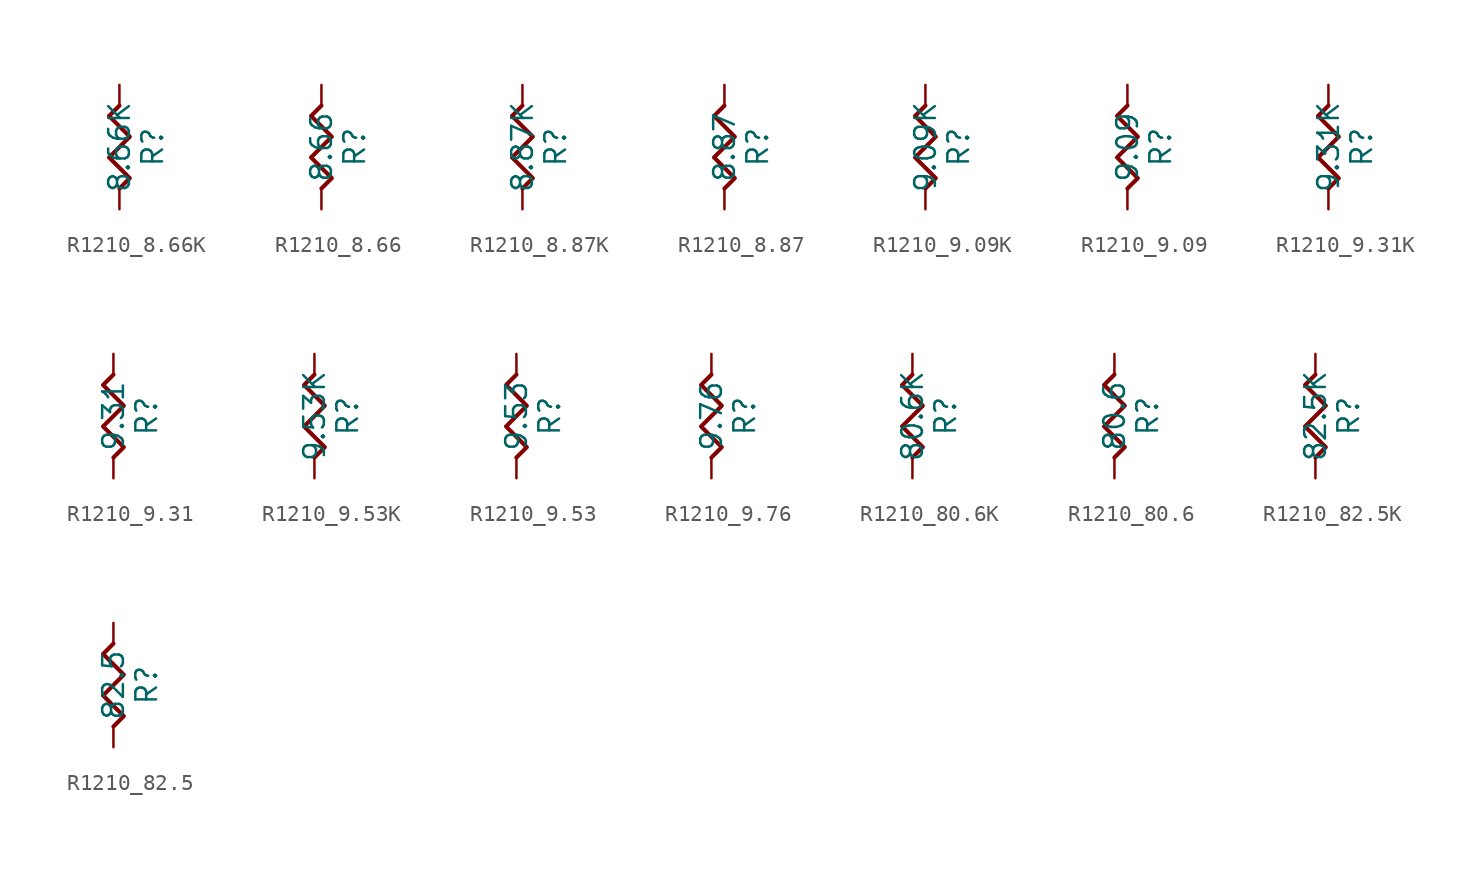
<source format=kicad_sym>
(kicad_symbol_lib
  (version 20211014)
  (generator atlantix-eda)
  (symbol "R1210_8.66K"
    (pin_numbers hide)
    (pin_names
      (offset 0))
    (property "Reference" "R"
      (at 2.032 0 90)
      (effects (font (size 1.27 1.27))))
    (property "Value" "8.66K"
      (at 0 0 90)
      (effects (font (size 1.27 1.27))))
    (symbol "R1210_8.66K_0_1"
      (polyline (pts (xy 0 -2.54) (xy 0.635 -1.905) (xy -0.635 -0.635) (xy 0.635 0.635) (xy -0.635 1.905) (xy 0 2.54)) (stroke (width 0.254) (type default) (color 0 0 0 0)) (fill (type none))))
    (symbol "R1210_8.66K_1_1"
      (pin passive line (at 0 3.81 270) (length 1.27) (name "~" (effects (font (size 1.27 1.27)))) (number "1" (effects (font (size 1.27 1.27)))))
      (pin passive line (at 0 -3.81 90) (length 1.27) (name "~" (effects (font (size 1.27 1.27)))) (number "2" (effects (font (size 1.27 1.27)))))))
  (symbol "R1210_8.66"
    (pin_numbers hide)
    (pin_names
      (offset 0))
    (property "Reference" "R"
      (at 2.032 0 90)
      (effects (font (size 1.27 1.27))))
    (property "Value" "8.66"
      (at 0 0 90)
      (effects (font (size 1.27 1.27))))
    (symbol "R1210_8.66_0_1"
      (polyline (pts (xy 0 -2.54) (xy 0.635 -1.905) (xy -0.635 -0.635) (xy 0.635 0.635) (xy -0.635 1.905) (xy 0 2.54)) (stroke (width 0.254) (type default) (color 0 0 0 0)) (fill (type none))))
    (symbol "R1210_8.66_1_1"
      (pin passive line (at 0 3.81 270) (length 1.27) (name "~" (effects (font (size 1.27 1.27)))) (number "1" (effects (font (size 1.27 1.27)))))
      (pin passive line (at 0 -3.81 90) (length 1.27) (name "~" (effects (font (size 1.27 1.27)))) (number "2" (effects (font (size 1.27 1.27)))))))
  (symbol "R1210_8.87K"
    (pin_numbers hide)
    (pin_names
      (offset 0))
    (property "Reference" "R"
      (at 2.032 0 90)
      (effects (font (size 1.27 1.27))))
    (property "Value" "8.87K"
      (at 0 0 90)
      (effects (font (size 1.27 1.27))))
    (symbol "R1210_8.87K_0_1"
      (polyline (pts (xy 0 -2.54) (xy 0.635 -1.905) (xy -0.635 -0.635) (xy 0.635 0.635) (xy -0.635 1.905) (xy 0 2.54)) (stroke (width 0.254) (type default) (color 0 0 0 0)) (fill (type none))))
    (symbol "R1210_8.87K_1_1"
      (pin passive line (at 0 3.81 270) (length 1.27) (name "~" (effects (font (size 1.27 1.27)))) (number "1" (effects (font (size 1.27 1.27)))))
      (pin passive line (at 0 -3.81 90) (length 1.27) (name "~" (effects (font (size 1.27 1.27)))) (number "2" (effects (font (size 1.27 1.27)))))))
  (symbol "R1210_8.87"
    (pin_numbers hide)
    (pin_names
      (offset 0))
    (property "Reference" "R"
      (at 2.032 0 90)
      (effects (font (size 1.27 1.27))))
    (property "Value" "8.87"
      (at 0 0 90)
      (effects (font (size 1.27 1.27))))
    (symbol "R1210_8.87_0_1"
      (polyline (pts (xy 0 -2.54) (xy 0.635 -1.905) (xy -0.635 -0.635) (xy 0.635 0.635) (xy -0.635 1.905) (xy 0 2.54)) (stroke (width 0.254) (type default) (color 0 0 0 0)) (fill (type none))))
    (symbol "R1210_8.87_1_1"
      (pin passive line (at 0 3.81 270) (length 1.27) (name "~" (effects (font (size 1.27 1.27)))) (number "1" (effects (font (size 1.27 1.27)))))
      (pin passive line (at 0 -3.81 90) (length 1.27) (name "~" (effects (font (size 1.27 1.27)))) (number "2" (effects (font (size 1.27 1.27)))))))
  (symbol "R1210_9.09K"
    (pin_numbers hide)
    (pin_names
      (offset 0))
    (property "Reference" "R"
      (at 2.032 0 90)
      (effects (font (size 1.27 1.27))))
    (property "Value" "9.09K"
      (at 0 0 90)
      (effects (font (size 1.27 1.27))))
    (symbol "R1210_9.09K_0_1"
      (polyline (pts (xy 0 -2.54) (xy 0.635 -1.905) (xy -0.635 -0.635) (xy 0.635 0.635) (xy -0.635 1.905) (xy 0 2.54)) (stroke (width 0.254) (type default) (color 0 0 0 0)) (fill (type none))))
    (symbol "R1210_9.09K_1_1"
      (pin passive line (at 0 3.81 270) (length 1.27) (name "~" (effects (font (size 1.27 1.27)))) (number "1" (effects (font (size 1.27 1.27)))))
      (pin passive line (at 0 -3.81 90) (length 1.27) (name "~" (effects (font (size 1.27 1.27)))) (number "2" (effects (font (size 1.27 1.27)))))))
  (symbol "R1210_9.09"
    (pin_numbers hide)
    (pin_names
      (offset 0))
    (property "Reference" "R"
      (at 2.032 0 90)
      (effects (font (size 1.27 1.27))))
    (property "Value" "9.09"
      (at 0 0 90)
      (effects (font (size 1.27 1.27))))
    (symbol "R1210_9.09_0_1"
      (polyline (pts (xy 0 -2.54) (xy 0.635 -1.905) (xy -0.635 -0.635) (xy 0.635 0.635) (xy -0.635 1.905) (xy 0 2.54)) (stroke (width 0.254) (type default) (color 0 0 0 0)) (fill (type none))))
    (symbol "R1210_9.09_1_1"
      (pin passive line (at 0 3.81 270) (length 1.27) (name "~" (effects (font (size 1.27 1.27)))) (number "1" (effects (font (size 1.27 1.27)))))
      (pin passive line (at 0 -3.81 90) (length 1.27) (name "~" (effects (font (size 1.27 1.27)))) (number "2" (effects (font (size 1.27 1.27)))))))
  (symbol "R1210_9.31K"
    (pin_numbers hide)
    (pin_names
      (offset 0))
    (property "Reference" "R"
      (at 2.032 0 90)
      (effects (font (size 1.27 1.27))))
    (property "Value" "9.31K"
      (at 0 0 90)
      (effects (font (size 1.27 1.27))))
    (symbol "R1210_9.31K_0_1"
      (polyline (pts (xy 0 -2.54) (xy 0.635 -1.905) (xy -0.635 -0.635) (xy 0.635 0.635) (xy -0.635 1.905) (xy 0 2.54)) (stroke (width 0.254) (type default) (color 0 0 0 0)) (fill (type none))))
    (symbol "R1210_9.31K_1_1"
      (pin passive line (at 0 3.81 270) (length 1.27) (name "~" (effects (font (size 1.27 1.27)))) (number "1" (effects (font (size 1.27 1.27)))))
      (pin passive line (at 0 -3.81 90) (length 1.27) (name "~" (effects (font (size 1.27 1.27)))) (number "2" (effects (font (size 1.27 1.27)))))))
  (symbol "R1210_9.31"
    (pin_numbers hide)
    (pin_names
      (offset 0))
    (property "Reference" "R"
      (at 2.032 0 90)
      (effects (font (size 1.27 1.27))))
    (property "Value" "9.31"
      (at 0 0 90)
      (effects (font (size 1.27 1.27))))
    (symbol "R1210_9.31_0_1"
      (polyline (pts (xy 0 -2.54) (xy 0.635 -1.905) (xy -0.635 -0.635) (xy 0.635 0.635) (xy -0.635 1.905) (xy 0 2.54)) (stroke (width 0.254) (type default) (color 0 0 0 0)) (fill (type none))))
    (symbol "R1210_9.31_1_1"
      (pin passive line (at 0 3.81 270) (length 1.27) (name "~" (effects (font (size 1.27 1.27)))) (number "1" (effects (font (size 1.27 1.27)))))
      (pin passive line (at 0 -3.81 90) (length 1.27) (name "~" (effects (font (size 1.27 1.27)))) (number "2" (effects (font (size 1.27 1.27)))))))
  (symbol "R1210_9.53K"
    (pin_numbers hide)
    (pin_names
      (offset 0))
    (property "Reference" "R"
      (at 2.032 0 90)
      (effects (font (size 1.27 1.27))))
    (property "Value" "9.53K"
      (at 0 0 90)
      (effects (font (size 1.27 1.27))))
    (symbol "R1210_9.53K_0_1"
      (polyline (pts (xy 0 -2.54) (xy 0.635 -1.905) (xy -0.635 -0.635) (xy 0.635 0.635) (xy -0.635 1.905) (xy 0 2.54)) (stroke (width 0.254) (type default) (color 0 0 0 0)) (fill (type none))))
    (symbol "R1210_9.53K_1_1"
      (pin passive line (at 0 3.81 270) (length 1.27) (name "~" (effects (font (size 1.27 1.27)))) (number "1" (effects (font (size 1.27 1.27)))))
      (pin passive line (at 0 -3.81 90) (length 1.27) (name "~" (effects (font (size 1.27 1.27)))) (number "2" (effects (font (size 1.27 1.27)))))))
  (symbol "R1210_9.53"
    (pin_numbers hide)
    (pin_names
      (offset 0))
    (property "Reference" "R"
      (at 2.032 0 90)
      (effects (font (size 1.27 1.27))))
    (property "Value" "9.53"
      (at 0 0 90)
      (effects (font (size 1.27 1.27))))
    (symbol "R1210_9.53_0_1"
      (polyline (pts (xy 0 -2.54) (xy 0.635 -1.905) (xy -0.635 -0.635) (xy 0.635 0.635) (xy -0.635 1.905) (xy 0 2.54)) (stroke (width 0.254) (type default) (color 0 0 0 0)) (fill (type none))))
    (symbol "R1210_9.53_1_1"
      (pin passive line (at 0 3.81 270) (length 1.27) (name "~" (effects (font (size 1.27 1.27)))) (number "1" (effects (font (size 1.27 1.27)))))
      (pin passive line (at 0 -3.81 90) (length 1.27) (name "~" (effects (font (size 1.27 1.27)))) (number "2" (effects (font (size 1.27 1.27)))))))
  (symbol "R1210_9.76"
    (pin_numbers hide)
    (pin_names
      (offset 0))
    (property "Reference" "R"
      (at 2.032 0 90)
      (effects (font (size 1.27 1.27))))
    (property "Value" "9.76"
      (at 0 0 90)
      (effects (font (size 1.27 1.27))))
    (symbol "R1210_9.76_0_1"
      (polyline (pts (xy 0 -2.54) (xy 0.635 -1.905) (xy -0.635 -0.635) (xy 0.635 0.635) (xy -0.635 1.905) (xy 0 2.54)) (stroke (width 0.254) (type default) (color 0 0 0 0)) (fill (type none))))
    (symbol "R1210_9.76_1_1"
      (pin passive line (at 0 3.81 270) (length 1.27) (name "~" (effects (font (size 1.27 1.27)))) (number "1" (effects (font (size 1.27 1.27)))))
      (pin passive line (at 0 -3.81 90) (length 1.27) (name "~" (effects (font (size 1.27 1.27)))) (number "2" (effects (font (size 1.27 1.27)))))))
  (symbol "R1210_80.6K"
    (pin_numbers hide)
    (pin_names
      (offset 0))
    (property "Reference" "R"
      (at 2.032 0 90)
      (effects (font (size 1.27 1.27))))
    (property "Value" "80.6K"
      (at 0 0 90)
      (effects (font (size 1.27 1.27))))
    (symbol "R1210_80.6K_0_1"
      (polyline (pts (xy 0 -2.54) (xy 0.635 -1.905) (xy -0.635 -0.635) (xy 0.635 0.635) (xy -0.635 1.905) (xy 0 2.54)) (stroke (width 0.254) (type default) (color 0 0 0 0)) (fill (type none))))
    (symbol "R1210_80.6K_1_1"
      (pin passive line (at 0 3.81 270) (length 1.27) (name "~" (effects (font (size 1.27 1.27)))) (number "1" (effects (font (size 1.27 1.27)))))
      (pin passive line (at 0 -3.81 90) (length 1.27) (name "~" (effects (font (size 1.27 1.27)))) (number "2" (effects (font (size 1.27 1.27)))))))
  (symbol "R1210_80.6"
    (pin_numbers hide)
    (pin_names
      (offset 0))
    (property "Reference" "R"
      (at 2.032 0 90)
      (effects (font (size 1.27 1.27))))
    (property "Value" "80.6"
      (at 0 0 90)
      (effects (font (size 1.27 1.27))))
    (symbol "R1210_80.6_0_1"
      (polyline (pts (xy 0 -2.54) (xy 0.635 -1.905) (xy -0.635 -0.635) (xy 0.635 0.635) (xy -0.635 1.905) (xy 0 2.54)) (stroke (width 0.254) (type default) (color 0 0 0 0)) (fill (type none))))
    (symbol "R1210_80.6_1_1"
      (pin passive line (at 0 3.81 270) (length 1.27) (name "~" (effects (font (size 1.27 1.27)))) (number "1" (effects (font (size 1.27 1.27)))))
      (pin passive line (at 0 -3.81 90) (length 1.27) (name "~" (effects (font (size 1.27 1.27)))) (number "2" (effects (font (size 1.27 1.27)))))))
  (symbol "R1210_82.5K"
    (pin_numbers hide)
    (pin_names
      (offset 0))
    (property "Reference" "R"
      (at 2.032 0 90)
      (effects (font (size 1.27 1.27))))
    (property "Value" "82.5K"
      (at 0 0 90)
      (effects (font (size 1.27 1.27))))
    (symbol "R1210_82.5K_0_1"
      (polyline (pts (xy 0 -2.54) (xy 0.635 -1.905) (xy -0.635 -0.635) (xy 0.635 0.635) (xy -0.635 1.905) (xy 0 2.54)) (stroke (width 0.254) (type default) (color 0 0 0 0)) (fill (type none))))
    (symbol "R1210_82.5K_1_1"
      (pin passive line (at 0 3.81 270) (length 1.27) (name "~" (effects (font (size 1.27 1.27)))) (number "1" (effects (font (size 1.27 1.27)))))
      (pin passive line (at 0 -3.81 90) (length 1.27) (name "~" (effects (font (size 1.27 1.27)))) (number "2" (effects (font (size 1.27 1.27)))))))
  (symbol "R1210_82.5"
    (pin_numbers hide)
    (pin_names
      (offset 0))
    (property "Reference" "R"
      (at 2.032 0 90)
      (effects (font (size 1.27 1.27))))
    (property "Value" "82.5"
      (at 0 0 90)
      (effects (font (size 1.27 1.27))))
    (symbol "R1210_82.5_0_1"
      (polyline (pts (xy 0 -2.54) (xy 0.635 -1.905) (xy -0.635 -0.635) (xy 0.635 0.635) (xy -0.635 1.905) (xy 0 2.54)) (stroke (width 0.254) (type default) (color 0 0 0 0)) (fill (type none))))
    (symbol "R1210_82.5_1_1"
      (pin passive line (at 0 3.81 270) (length 1.27) (name "~" (effects (font (size 1.27 1.27)))) (number "1" (effects (font (size 1.27 1.27)))))
      (pin passive line (at 0 -3.81 90) (length 1.27) (name "~" (effects (font (size 1.27 1.27)))) (number "2" (effects (font (size 1.27 1.27))))))))
</source>
